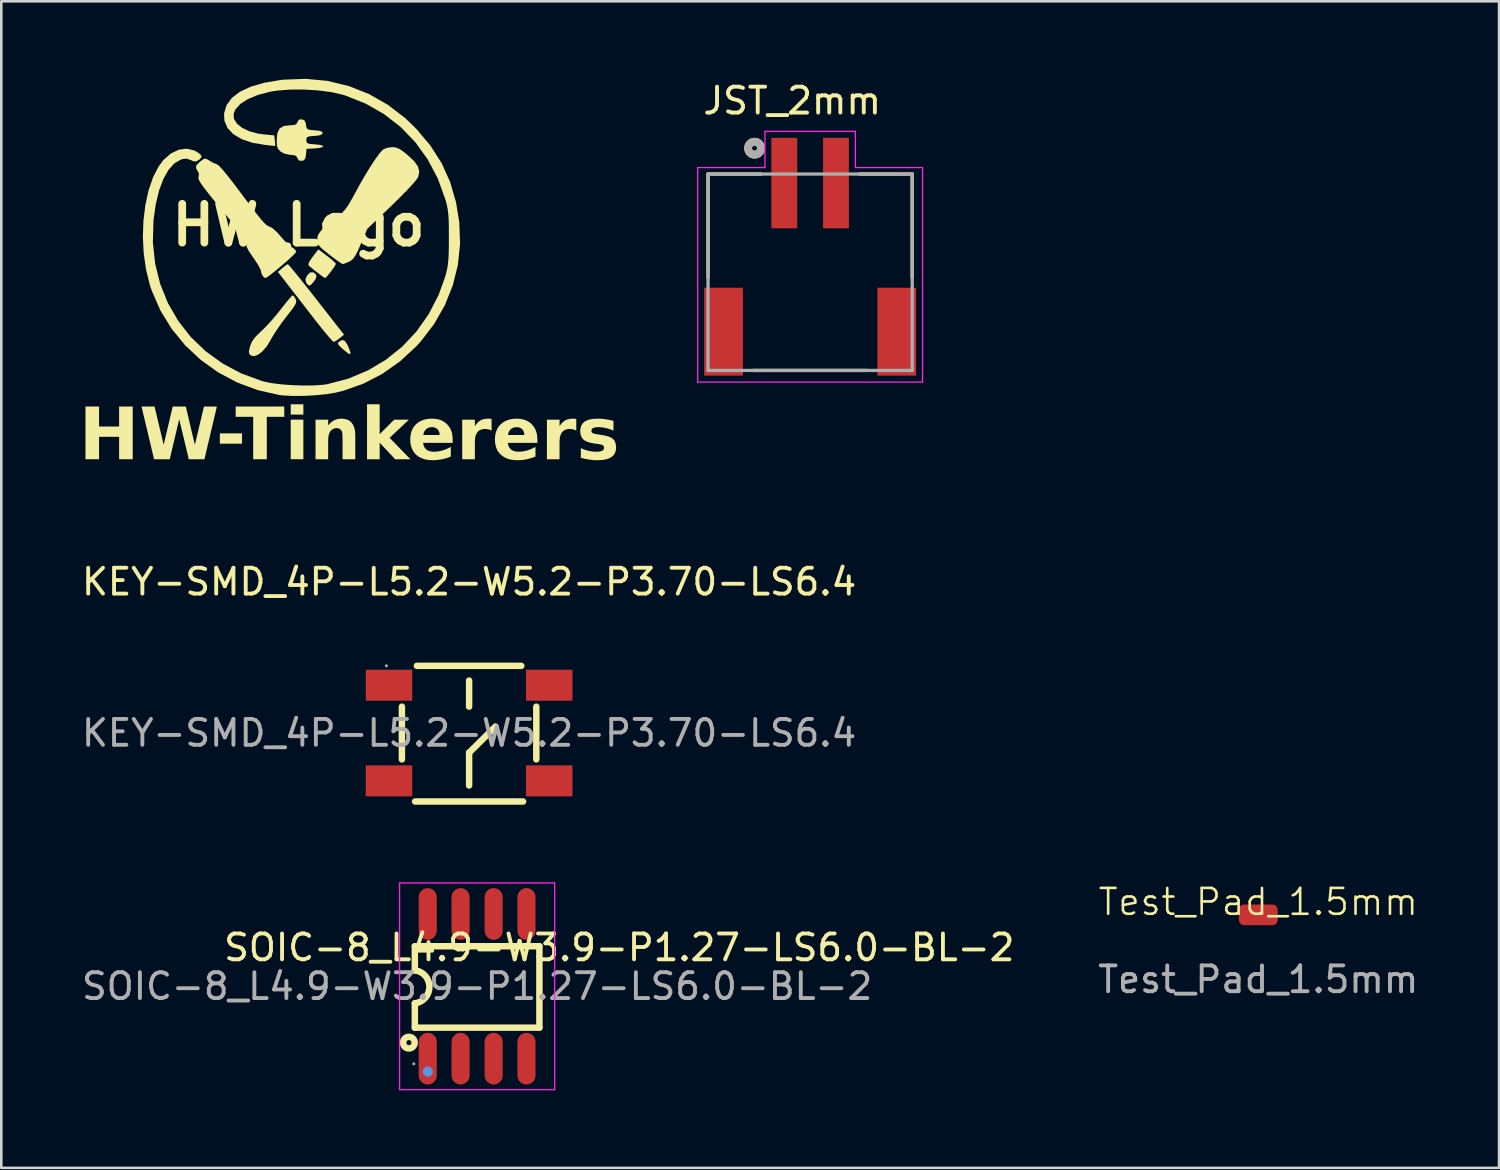
<source format=kicad_pcb>
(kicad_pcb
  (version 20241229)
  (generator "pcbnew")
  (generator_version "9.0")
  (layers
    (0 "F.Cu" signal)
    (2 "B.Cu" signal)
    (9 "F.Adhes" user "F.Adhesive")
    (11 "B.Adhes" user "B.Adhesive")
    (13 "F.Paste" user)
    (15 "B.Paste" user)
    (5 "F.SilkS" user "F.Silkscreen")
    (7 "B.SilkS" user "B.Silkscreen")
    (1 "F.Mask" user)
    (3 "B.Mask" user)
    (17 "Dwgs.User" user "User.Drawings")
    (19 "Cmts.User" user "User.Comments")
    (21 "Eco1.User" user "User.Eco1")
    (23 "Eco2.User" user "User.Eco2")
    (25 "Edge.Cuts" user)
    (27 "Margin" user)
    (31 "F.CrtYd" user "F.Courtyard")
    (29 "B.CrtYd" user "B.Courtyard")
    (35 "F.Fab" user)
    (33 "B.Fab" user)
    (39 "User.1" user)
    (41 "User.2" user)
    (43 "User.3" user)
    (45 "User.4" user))
  (footprint "JST_2mm"
    (layer "F.Cu")
    (at 28.296 4.034)
    (property "Reference" "JST_2mm" (at -0.692 -3.184 0) (layer "F.SilkS") (effects (font (size 1.002 1.002) (thickness 0.15))))
    (attr smd)
    (fp_line (start -3.95 -0.35) (end -3.95 3.65) (stroke (width 0.127) (type solid)) (layer "F.SilkS"))
    (fp_line (start -2.2 7.25) (end 2.2 7.25) (stroke (width 0.127) (type solid)) (layer "F.SilkS"))
    (fp_line (start -1.9 -0.35) (end -3.95 -0.35) (stroke (width 0.127) (type solid)) (layer "F.SilkS"))
    (fp_line (start 3.95 -0.35) (end 1.9 -0.35) (stroke (width 0.127) (type solid)) (layer "F.SilkS"))
    (fp_line (start 3.95 3.65) (end 3.95 -0.35) (stroke (width 0.127) (type solid)) (layer "F.SilkS"))
    (fp_circle (center -2.15 -1.35) (end -2.05 -1.35) (stroke (width 0.3) (type solid)) (fill no) (layer "F.SilkS"))
    (fp_line (start -4.35 -0.6) (end -1.75 -0.6) (stroke (width 0.05) (type solid)) (layer "F.CrtYd"))
    (fp_line (start -4.35 7.7) (end -4.35 -0.6) (stroke (width 0.05) (type solid)) (layer "F.CrtYd"))
    (fp_line (start -1.75 -2) (end 1.75 -2) (stroke (width 0.05) (type solid)) (layer "F.CrtYd"))
    (fp_line (start -1.75 -0.6) (end -1.75 -2) (stroke (width 0.05) (type solid)) (layer "F.CrtYd"))
    (fp_line (start 1.75 -2) (end 1.75 -0.6) (stroke (width 0.05) (type solid)) (layer "F.CrtYd"))
    (fp_line (start 1.75 -0.6) (end 4.35 -0.6) (stroke (width 0.05) (type solid)) (layer "F.CrtYd"))
    (fp_line (start 4.35 -0.6) (end 4.35 7.7) (stroke (width 0.05) (type solid)) (layer "F.CrtYd"))
    (fp_line (start 4.35 7.7) (end -4.35 7.7) (stroke (width 0.05) (type solid)) (layer "F.CrtYd"))
    (fp_line (start -3.95 -0.35) (end 3.95 -0.35) (stroke (width 0.127) (type solid)) (layer "F.Fab"))
    (fp_line (start -3.95 7.25) (end -3.95 -0.35) (stroke (width 0.127) (type solid)) (layer "F.Fab"))
    (fp_line (start 3.95 -0.35) (end 3.95 7.25) (stroke (width 0.127) (type solid)) (layer "F.Fab"))
    (fp_line (start 3.95 7.25) (end -3.95 7.25) (stroke (width 0.127) (type solid)) (layer "F.Fab"))
    (fp_circle (center -2.15 -1.35) (end -2.05 -1.35) (stroke (width 0.3) (type solid)) (fill no) (layer "F.Fab"))
    (pad "1" smd rect (at -1 0 180) (size 1 3.5) (layers "F.Cu" "F.Mask" "F.Paste"))
    (pad "2" smd rect (at 1 0 180) (size 1 3.5) (layers "F.Cu" "F.Mask" "F.Paste"))
    (pad "3" smd rect (at 3.35 5.75 180) (size 1.5 3.4) (layers "F.Cu" "F.Mask" "F.Paste"))
    (pad "4" smd rect (at -3.35 5.75 180) (size 1.5 3.4) (layers "F.Cu" "F.Mask" "F.Paste")))
  (footprint "SOIC-8_L4.9-W3.9-P1.27-LS6.0-BL-2"
    (layer "F.Cu")
    (at 15.411 35.113)
    (property "Reference" "SOIC-8_L4.9-W3.9-P1.27-LS6.0-BL-2" (at 5.5 -1.5 180) (layer "F.SilkS") (effects (font (size 1 1) (thickness 0.15))))
    (attr smd)
    (fp_line (start -2.41 -1.55) (end -2.41 -0.61) (stroke (width 0.25) (type solid)) (layer "F.SilkS"))
    (fp_line (start -2.41 0.66) (end -2.41 1.6) (stroke (width 0.25) (type solid)) (layer "F.SilkS"))
    (fp_line (start -2.41 1.6) (end 2.41 1.6) (stroke (width 0.25) (type solid)) (layer "F.SilkS"))
    (fp_line (start 2.41 -1.55) (end -2.41 -1.55) (stroke (width 0.25) (type solid)) (layer "F.SilkS"))
    (fp_line (start 2.41 1.6) (end 2.41 -1.55) (stroke (width 0.25) (type solid)) (layer "F.SilkS"))
    (fp_arc (start -2.409107 -0.619888) (mid -1.845019 0.02045) (end -2.41 0.66) (stroke (width 0.25) (type solid)) (layer "F.SilkS"))
    (fp_circle (center -2.64 2.18) (end -2.54 2.18) (stroke (width 0.25) (type solid)) (fill no) (layer "F.SilkS"))
    (fp_circle (center -1.91 3.3) (end -1.81 3.3) (stroke (width 0.2) (type solid)) (fill no) (layer "Cmts.User"))
    (fp_line (start -3 -4) (end 3 -4) (stroke (width 0.05) (type default)) (layer "F.CrtYd"))
    (fp_line (start -3 4) (end -3 -4) (stroke (width 0.05) (type default)) (layer "F.CrtYd"))
    (fp_line (start 3 -4) (end 3 4) (stroke (width 0.05) (type default)) (layer "F.CrtYd"))
    (fp_line (start 3 4) (end -3 4) (stroke (width 0.05) (type default)) (layer "F.CrtYd"))
    (fp_circle (center -2.45 3) (end -2.42 3) (stroke (width 0.06) (type solid)) (fill no) (layer "F.Fab"))
    (fp_text user "${REFERENCE}" (at 0 0 0) (layer "F.Fab") (effects (font (size 1 1) (thickness 0.15))))
    (pad "1" smd oval (at -1.91 2.8 180) (size 0.7 2) (layers "F.Cu" "F.Mask" "F.Paste"))
    (pad "2" smd oval (at -0.64 2.8 180) (size 0.7 2) (layers "F.Cu" "F.Mask" "F.Paste"))
    (pad "3" smd oval (at 0.64 2.8 180) (size 0.7 2) (layers "F.Cu" "F.Mask" "F.Paste"))
    (pad "4" smd oval (at 1.91 2.8 180) (size 0.7 2) (layers "F.Cu" "F.Mask" "F.Paste"))
    (pad "5" smd oval (at 1.91 -2.8 180) (size 0.7 2) (layers "F.Cu" "F.Mask" "F.Paste"))
    (pad "6" smd oval (at 0.64 -2.8 180) (size 0.7 2) (layers "F.Cu" "F.Mask" "F.Paste"))
    (pad "7" smd oval (at -0.64 -2.8 180) (size 0.7 2) (layers "F.Cu" "F.Mask" "F.Paste"))
    (pad "8" smd oval (at -1.91 -2.8 180) (size 0.7 2) (layers "F.Cu" "F.Mask" "F.Paste")))
  (footprint "KEY-SMD_4P-L5.2-W5.2-P3.70-LS6.4"
    (layer "F.Cu")
    (at 15.101 25.313)
    (property "Reference" "KEY-SMD_4P-L5.2-W5.2-P3.70-LS6.4" (at 0 -5.85 0) (layer "F.SilkS") (effects (font (size 1 1) (thickness 0.15))))
    (attr smd)
    (fp_line (start -2.6 -1.02) (end -2.6 1.02) (stroke (width 0.25) (type solid)) (layer "F.SilkS"))
    (fp_line (start -2.09 2.65) (end 2.09 2.65) (stroke (width 0.25) (type solid)) (layer "F.SilkS"))
    (fp_line (start -2.02 -2.6) (end 2.02 -2.6) (stroke (width 0.25) (type solid)) (layer "F.SilkS"))
    (fp_line (start 0 -2.03) (end 0 -1.02) (stroke (width 0.25) (type solid)) (layer "F.SilkS"))
    (fp_line (start 0 0.76) (end 1.02 -0.25) (stroke (width 0.25) (type solid)) (layer "F.SilkS"))
    (fp_line (start 0 2.03) (end 0 0.76) (stroke (width 0.25) (type solid)) (layer "F.SilkS"))
    (fp_line (start 2.6 1.02) (end 2.6 -1.02) (stroke (width 0.25) (type solid)) (layer "F.SilkS"))
    (fp_circle (center -3.2 -2.6) (end -3.17 -2.6) (stroke (width 0.06) (type solid)) (fill no) (layer "F.Fab"))
    (fp_text user "${REFERENCE}" (at 0 0 0) (layer "F.Fab") (effects (font (size 1 1) (thickness 0.15))))
    (pad "1" smd rect (at -3.1 -1.85) (size 1.8 1.2) (layers "F.Cu" "F.Mask" "F.Paste"))
    (pad "1" smd rect (at 3.1 -1.85) (size 1.8 1.2) (layers "F.Cu" "F.Mask" "F.Paste"))
    (pad "2" smd rect (at -3.1 1.85) (size 1.8 1.2) (layers "F.Cu" "F.Mask" "F.Paste"))
    (pad "2" smd rect (at 3.1 1.85) (size 1.8 1.2) (layers "F.Cu" "F.Mask" "F.Paste")))
  (footprint "HW_Logo"
    (layer "F.Cu")
    (at 8.5 5.659)
    (property "Reference" "HW_Logo" (at 0 0 0) (layer "F.SilkS") (effects (font (size 1.5 1.5) (thickness 0.3))))
    (attr board_only exclude_from_pos_files exclude_from_bom)
    (fp_poly (pts (xy 0.662 1.898) (xy 0.697 1.98) (xy 0.661 2.085) (xy 0.605 2.17) (xy 0.488 2.309) (xy 0.402 2.343) (xy 0.326 2.274) (xy 0.299 2.228) (xy 0.266 2.104) (xy 0.321 1.97) (xy 0.329 1.957) (xy 0.451 1.832) (xy 0.574 1.827)) (stroke (width 0) (type solid)) (fill yes) (layer "F.SilkS"))
    (fp_poly (pts (xy 1.791 4.481) (xy 1.883 4.615) (xy 1.959 4.781) (xy 2.011 4.934) (xy 2 4.995) (xy 1.921 4.965) (xy 1.768 4.844) (xy 1.714 4.797) (xy 1.58 4.673) (xy 1.525 4.598) (xy 1.539 4.545) (xy 1.596 4.495) (xy 1.7 4.444)) (stroke (width 0) (type solid)) (fill yes) (layer "F.SilkS"))
    (fp_poly (pts (xy 1.11 1.197) (xy 1.278 1.33) (xy 1.398 1.437) (xy 1.448 1.498) (xy 1.448 1.499) (xy 1.414 1.57) (xy 1.331 1.694) (xy 1.224 1.837) (xy 1.12 1.963) (xy 1.045 2.039) (xy 1.028 2.048) (xy 0.966 2.012) (xy 0.841 1.923) (xy 0.724 1.833) (xy 0.565 1.707) (xy 0.444 1.607) (xy 0.398 1.567) (xy 0.382 1.509) (xy 0.424 1.406) (xy 0.535 1.244) (xy 0.655 1.089) (xy 0.772 0.942)) (stroke (width 0) (type solid)) (fill yes) (layer "F.SilkS"))
    (fp_poly (pts (xy -0.368 1.555) (xy -0.258 1.684) (xy -0.093 1.884) (xy 0.116 2.144) (xy 0.361 2.452) (xy 0.631 2.795) (xy 0.693 2.874) (xy 1.761 4.24) (xy 1.589 4.38) (xy 1.461 4.473) (xy 1.367 4.518) (xy 1.357 4.519) (xy 1.304 4.473) (xy 1.189 4.345) (xy 1.025 4.15) (xy 0.824 3.902) (xy 0.598 3.614) (xy 0.543 3.544) (xy 0.291 3.218) (xy 0.044 2.898) (xy -0.183 2.606) (xy -0.37 2.364) (xy -0.502 2.194) (xy -0.503 2.192) (xy -0.796 1.814) (xy -0.624 1.663) (xy -0.503 1.565) (xy -0.422 1.513) (xy -0.413 1.51)) (stroke (width 0) (type solid)) (fill yes) (layer "F.SilkS"))
    (fp_poly (pts (xy -0.168 2.764) (xy -0.111 2.862) (xy -0.088 2.935) (xy -0.097 3.012) (xy -0.148 3.115) (xy -0.252 3.265) (xy -0.42 3.482) (xy -0.467 3.541) (xy -0.664 3.801) (xy -0.852 4.073) (xy -1.006 4.316) (xy -1.074 4.438) (xy -1.23 4.694) (xy -1.405 4.895) (xy -1.582 5.027) (xy -1.742 5.074) (xy -1.844 5.043) (xy -1.906 4.981) (xy -1.921 4.899) (xy -1.892 4.754) (xy -1.875 4.693) (xy -1.801 4.506) (xy -1.674 4.331) (xy -1.47 4.132) (xy -1.458 4.121) (xy -1.274 3.942) (xy -1.052 3.702) (xy -0.827 3.437) (xy -0.694 3.27) (xy -0.523 3.052) (xy -0.377 2.874) (xy -0.272 2.756) (xy -0.225 2.717)) (stroke (width 0) (type solid)) (fill yes) (layer "F.SilkS"))
    (fp_poly (pts (xy 0.237 -4.047) (xy 0.284 -3.928) (xy 0.29 -3.879) (xy 0.308 -3.766) (xy 0.355 -3.707) (xy 0.464 -3.68) (xy 0.622 -3.668) (xy 0.82 -3.646) (xy 0.917 -3.605) (xy 0.935 -3.56) (xy 0.898 -3.501) (xy 0.775 -3.465) (xy 0.618 -3.451) (xy 0.433 -3.435) (xy 0.339 -3.405) (xy 0.305 -3.345) (xy 0.302 -3.288) (xy 0.312 -3.204) (xy 0.364 -3.158) (xy 0.486 -3.135) (xy 0.634 -3.125) (xy 0.851 -3.1) (xy 0.95 -3.061) (xy 0.932 -3.019) (xy 0.796 -2.983) (xy 0.638 -2.968) (xy 0.309 -2.95) (xy 0.29 -2.727) (xy 0.262 -2.572) (xy 0.197 -2.501) (xy 0.131 -2.484) (xy 0.009 -2.502) (xy -0.042 -2.59) (xy -0.092 -2.676) (xy -0.207 -2.711) (xy -0.301 -2.715) (xy -0.538 -2.759) (xy -0.686 -2.84) (xy -0.781 -2.933) (xy -0.829 -3.045) (xy -0.844 -3.219) (xy -0.845 -3.293) (xy -0.817 -3.565) (xy -0.727 -3.742) (xy -0.562 -3.836) (xy -0.339 -3.861) (xy -0.166 -3.872) (xy -0.077 -3.914) (xy -0.042 -3.987) (xy 0.023 -4.083) (xy 0.131 -4.092)) (stroke (width 0) (type solid)) (fill yes) (layer "F.SilkS"))
    (fp_poly (pts (xy 3.77 -3.002) (xy 3.905 -2.947) (xy 4.069 -2.834) (xy 4.234 -2.699) (xy 4.477 -2.47) (xy 4.62 -2.272) (xy 4.671 -2.086) (xy 4.64 -1.893) (xy 4.621 -1.844) (xy 4.555 -1.747) (xy 4.414 -1.582) (xy 4.214 -1.366) (xy 3.968 -1.114) (xy 3.691 -0.84) (xy 3.599 -0.752) (xy 2.657 0.151) (xy 2.41 0.734) (xy 2.29 1.008) (xy 2.195 1.191) (xy 2.111 1.308) (xy 2.02 1.382) (xy 1.962 1.413) (xy 1.817 1.476) (xy 1.719 1.507) (xy 1.71 1.508) (xy 1.644 1.473) (xy 1.506 1.379) (xy 1.32 1.242) (xy 1.192 1.143) (xy 0.975 0.97) (xy 0.838 0.847) (xy 0.762 0.751) (xy 0.73 0.659) (xy 0.724 0.56) (xy 0.735 0.45) (xy 0.776 0.345) (xy 0.861 0.23) (xy 1.005 0.09) (xy 1.219 -0.091) (xy 1.508 -0.319) (xy 1.672 -0.458) (xy 1.809 -0.607) (xy 1.941 -0.796) (xy 2.089 -1.053) (xy 2.173 -1.209) (xy 2.381 -1.589) (xy 2.593 -1.955) (xy 2.798 -2.288) (xy 2.985 -2.57) (xy 3.143 -2.784) (xy 3.259 -2.913) (xy 3.278 -2.927) (xy 3.424 -2.988) (xy 3.612 -3.016) (xy 3.633 -3.017)) (stroke (width 0) (type solid)) (fill yes) (layer "F.SilkS"))
    (fp_poly (pts (xy -3.495 -2.523) (xy -3.452 -2.495) (xy -3.295 -2.405) (xy -3.159 -2.353) (xy -3.077 -2.293) (xy -2.933 -2.138) (xy -2.732 -1.896) (xy -2.479 -1.571) (xy -2.178 -1.17) (xy -2.16 -1.146) (xy -1.866 -0.753) (xy -1.633 -0.449) (xy -1.453 -0.226) (xy -1.317 -0.075) (xy -1.219 0.014) (xy -1.149 0.049) (xy -1.143 0.05) (xy -1.013 0.115) (xy -0.838 0.271) (xy -0.698 0.429) (xy -0.533 0.614) (xy -0.375 0.767) (xy -0.255 0.858) (xy -0.246 0.862) (xy -0.133 0.948) (xy -0.09 1.034) (xy -0.134 1.095) (xy -0.251 1.212) (xy -0.42 1.366) (xy -0.618 1.539) (xy -0.823 1.712) (xy -1.015 1.866) (xy -1.17 1.984) (xy -1.268 2.046) (xy -1.285 2.051) (xy -1.337 2.015) (xy -1.376 1.979) (xy -1.438 1.859) (xy -1.448 1.791) (xy -1.482 1.692) (xy -1.573 1.527) (xy -1.703 1.327) (xy -1.753 1.257) (xy -1.919 1.013) (xy -2.006 0.842) (xy -2.022 0.73) (xy -2.02 0.72) (xy -2.026 0.66) (xy -2.075 0.559) (xy -2.174 0.409) (xy -2.33 0.199) (xy -2.55 -0.079) (xy -2.841 -0.435) (xy -2.955 -0.573) (xy -3.261 -0.946) (xy -3.497 -1.238) (xy -3.668 -1.46) (xy -3.784 -1.622) (xy -3.85 -1.736) (xy -3.876 -1.811) (xy -3.869 -1.855) (xy -3.852 -1.991) (xy -3.897 -2.079) (xy -3.967 -2.206) (xy -3.952 -2.311) (xy -3.841 -2.428) (xy -3.796 -2.464) (xy -3.674 -2.554) (xy -3.592 -2.572)) (stroke (width 0) (type solid)) (fill yes) (layer "F.SilkS"))
    (fp_poly (pts (xy 1.134 -5.576) (xy 1.951 -5.378) (xy 2.729 -5.069) (xy 3.462 -4.651) (xy 4.142 -4.128) (xy 4.564 -3.719) (xy 5.107 -3.072) (xy 5.539 -2.393) (xy 5.866 -1.669) (xy 6.094 -0.888) (xy 6.221 -0.106) (xy 6.252 0.722) (xy 6.167 1.54) (xy 5.968 2.338) (xy 5.66 3.106) (xy 5.246 3.831) (xy 4.73 4.504) (xy 4.561 4.689) (xy 3.928 5.273) (xy 3.239 5.759) (xy 2.502 6.14) (xy 1.73 6.412) (xy 1.418 6.487) (xy 1.059 6.545) (xy 0.638 6.586) (xy 0.195 6.609) (xy -0.231 6.611) (xy -0.6 6.592) (xy -0.749 6.574) (xy -1.584 6.384) (xy -2.375 6.09) (xy -3.112 5.697) (xy -3.786 5.215) (xy -4.389 4.649) (xy -4.912 4.009) (xy -5.345 3.302) (xy -5.679 2.535) (xy -5.753 2.315) (xy -5.9 1.724) (xy -5.989 1.1) (xy -6.022 0.462) (xy -6 -0.171) (xy -5.925 -0.78) (xy -5.801 -1.346) (xy -5.628 -1.851) (xy -5.408 -2.276) (xy -5.224 -2.52) (xy -4.939 -2.77) (xy -4.634 -2.916) (xy -4.326 -2.957) (xy -4.032 -2.886) (xy -3.937 -2.836) (xy -3.789 -2.729) (xy -3.75 -2.641) (xy -3.816 -2.551) (xy -3.865 -2.514) (xy -3.969 -2.46) (xy -4.073 -2.472) (xy -4.167 -2.515) (xy -4.334 -2.571) (xy -4.506 -2.55) (xy -4.545 -2.537) (xy -4.801 -2.391) (xy -5.031 -2.136) (xy -5.23 -1.781) (xy -5.396 -1.335) (xy -5.523 -0.808) (xy -5.608 -0.209) (xy -5.611 -0.18) (xy -5.635 0.675) (xy -5.546 1.5) (xy -5.349 2.285) (xy -5.05 3.023) (xy -4.655 3.707) (xy -4.168 4.329) (xy -3.595 4.88) (xy -2.942 5.353) (xy -2.213 5.74) (xy -1.414 6.034) (xy -1.357 6.05) (xy -1.06 6.112) (xy -0.68 6.161) (xy -0.252 6.193) (xy 0.187 6.208) (xy 0.601 6.204) (xy 0.953 6.18) (xy 1.106 6.158) (xy 1.921 5.944) (xy 2.682 5.626) (xy 3.382 5.21) (xy 4.013 4.703) (xy 4.568 4.112) (xy 5.04 3.442) (xy 5.42 2.702) (xy 5.651 2.069) (xy 5.712 1.86) (xy 5.756 1.676) (xy 5.785 1.489) (xy 5.803 1.272) (xy 5.813 0.998) (xy 5.817 0.638) (xy 5.817 0.513) (xy 5.817 0.115) (xy 5.811 -0.189) (xy 5.796 -0.426) (xy 5.771 -0.623) (xy 5.733 -0.807) (xy 5.684 -0.989) (xy 5.391 -1.796) (xy 5.002 -2.536) (xy 4.522 -3.202) (xy 3.958 -3.789) (xy 3.315 -4.29) (xy 2.6 -4.699) (xy 1.818 -5.01) (xy 1.706 -5.045) (xy 1.272 -5.144) (xy 0.762 -5.211) (xy 0.215 -5.245) (xy -0.327 -5.243) (xy -0.824 -5.204) (xy -1.085 -5.162) (xy -1.563 -5.038) (xy -1.954 -4.877) (xy -2.251 -4.687) (xy -2.443 -4.472) (xy -2.508 -4.318) (xy -2.501 -4.118) (xy -2.388 -3.93) (xy -2.184 -3.764) (xy -1.904 -3.63) (xy -1.562 -3.539) (xy -1.379 -3.513) (xy -0.935 -3.469) (xy -0.916 -3.264) (xy -0.896 -3.059) (xy -1.285 -3.099) (xy -1.783 -3.184) (xy -2.197 -3.325) (xy -2.52 -3.516) (xy -2.745 -3.753) (xy -2.866 -4.032) (xy -2.881 -4.318) (xy -2.785 -4.639) (xy -2.579 -4.921) (xy -2.264 -5.16) (xy -1.844 -5.357) (xy -1.321 -5.508) (xy -0.699 -5.613) (xy -0.584 -5.626) (xy 0.287 -5.659)) (stroke (width 0) (type solid)) (fill yes) (layer "F.SilkS"))
    (fp_text user "HW-Tinkerers" (at -8.5 9.4 0) (unlocked yes) (layer "F.SilkS") (effects (font (face "Avenir Heavy") (size 2 2) (thickness 0.3)) (justify left bottom))))
  (footprint "Test_Pad_1.5mm"
    (layer "F.Cu")
    (at 45.637 32.348)
    (property "Reference" "Test_Pad_1.5mm" (at 0 -0.5 0) (unlocked yes) (layer "F.SilkS") (effects (font (size 1 1) (thickness 0.1))))
    (attr smd)
    (fp_text user "${REFERENCE}" (at 0 2.5 0) (unlocked yes) (layer "F.Fab") (effects (font (size 1 1) (thickness 0.15))))
    (pad "1" smd roundrect (at 0 0) (size 1.5 0.8) (layers "F.Cu" "F.Mask" "F.Paste") (roundrect_rratio 0.25)))
  (gr_rect
    (start -3 -3)
    (end 54.952 42.138)
    (stroke (width 0.1) (type default))
    (fill no)
    (layer "Edge.Cuts")))
</source>
